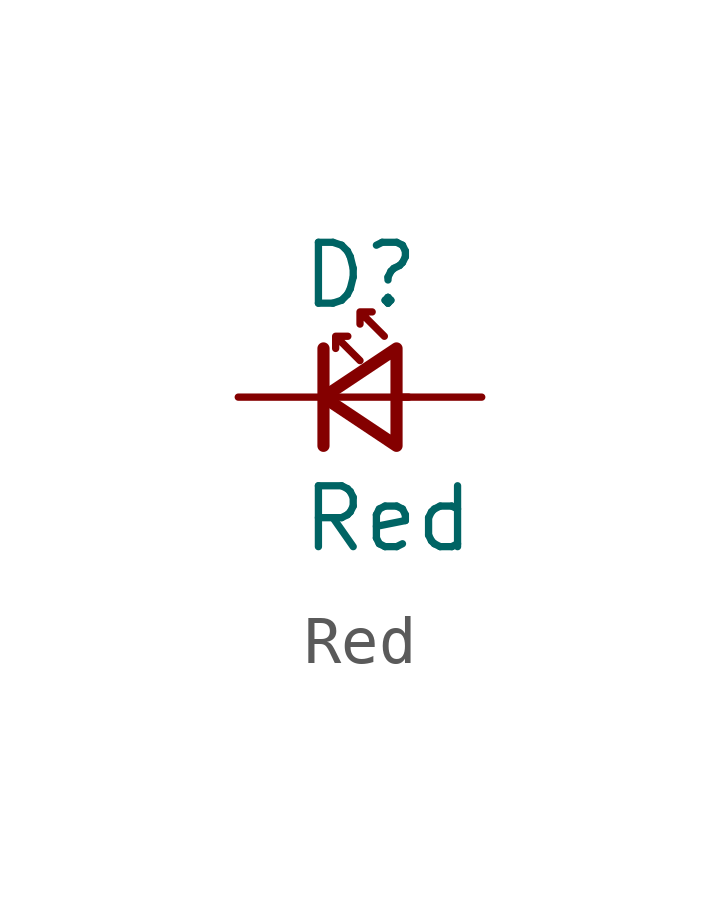
<source format=kicad_sym>
(kicad_symbol_lib
  (version 20211014)
  (generator kicad_symbol_editor)
  (symbol "Red"
    (pin_numbers hide)
    (pin_names
      (offset 0.254) hide)
    (property "Reference" "D"
      (at -1.27 2.54 0)
      (effects (font (size 1.27 1.27)) (justify left)))
    (property "Value" "Red"
      (at -1.27 -2.54 0)
      (effects (font (size 1.27 1.27)) (justify left)))
    (symbol "Red_0_1"
      (polyline (pts (xy -0.762 -1.016) (xy -0.762 1.016)) (stroke (width 0.254) (type default) (color 0 0 0 0)) (fill (type none)))
      (polyline (pts (xy 1.016 0) (xy -0.762 0)) (stroke (width 0) (type default) (color 0 0 0 0)) (fill (type none)))
      (polyline (pts (xy 0.762 -1.016) (xy -0.762 0) (xy 0.762 1.016) (xy 0.762 -1.016)) (stroke (width 0.254) (type default) (color 0 0 0 0)) (fill (type none)))
      (polyline (pts (xy 0 0.762) (xy -0.508 1.27) (xy -0.254 1.27) (xy -0.508 1.27) (xy -0.508 1.016)) (stroke (width 0) (type default) (color 0 0 0 0)) (fill (type none)))
      (polyline (pts (xy 0.508 1.27) (xy 0 1.778) (xy 0.254 1.778) (xy 0 1.778) (xy 0 1.524)) (stroke (width 0) (type default) (color 0 0 0 0)) (fill (type none))))
    (symbol "Red_1_1"
      (pin passive line (at -2.54 0 0) (length 1.778) (name "K" (effects (font (size 1.27 1.27)))) (number "1" (effects (font (size 1.27 1.27)))))
      (pin passive line (at 2.54 0 180) (length 1.778) (name "A" (effects (font (size 1.27 1.27)))) (number "2" (effects (font (size 1.27 1.27))))))))
</source>
